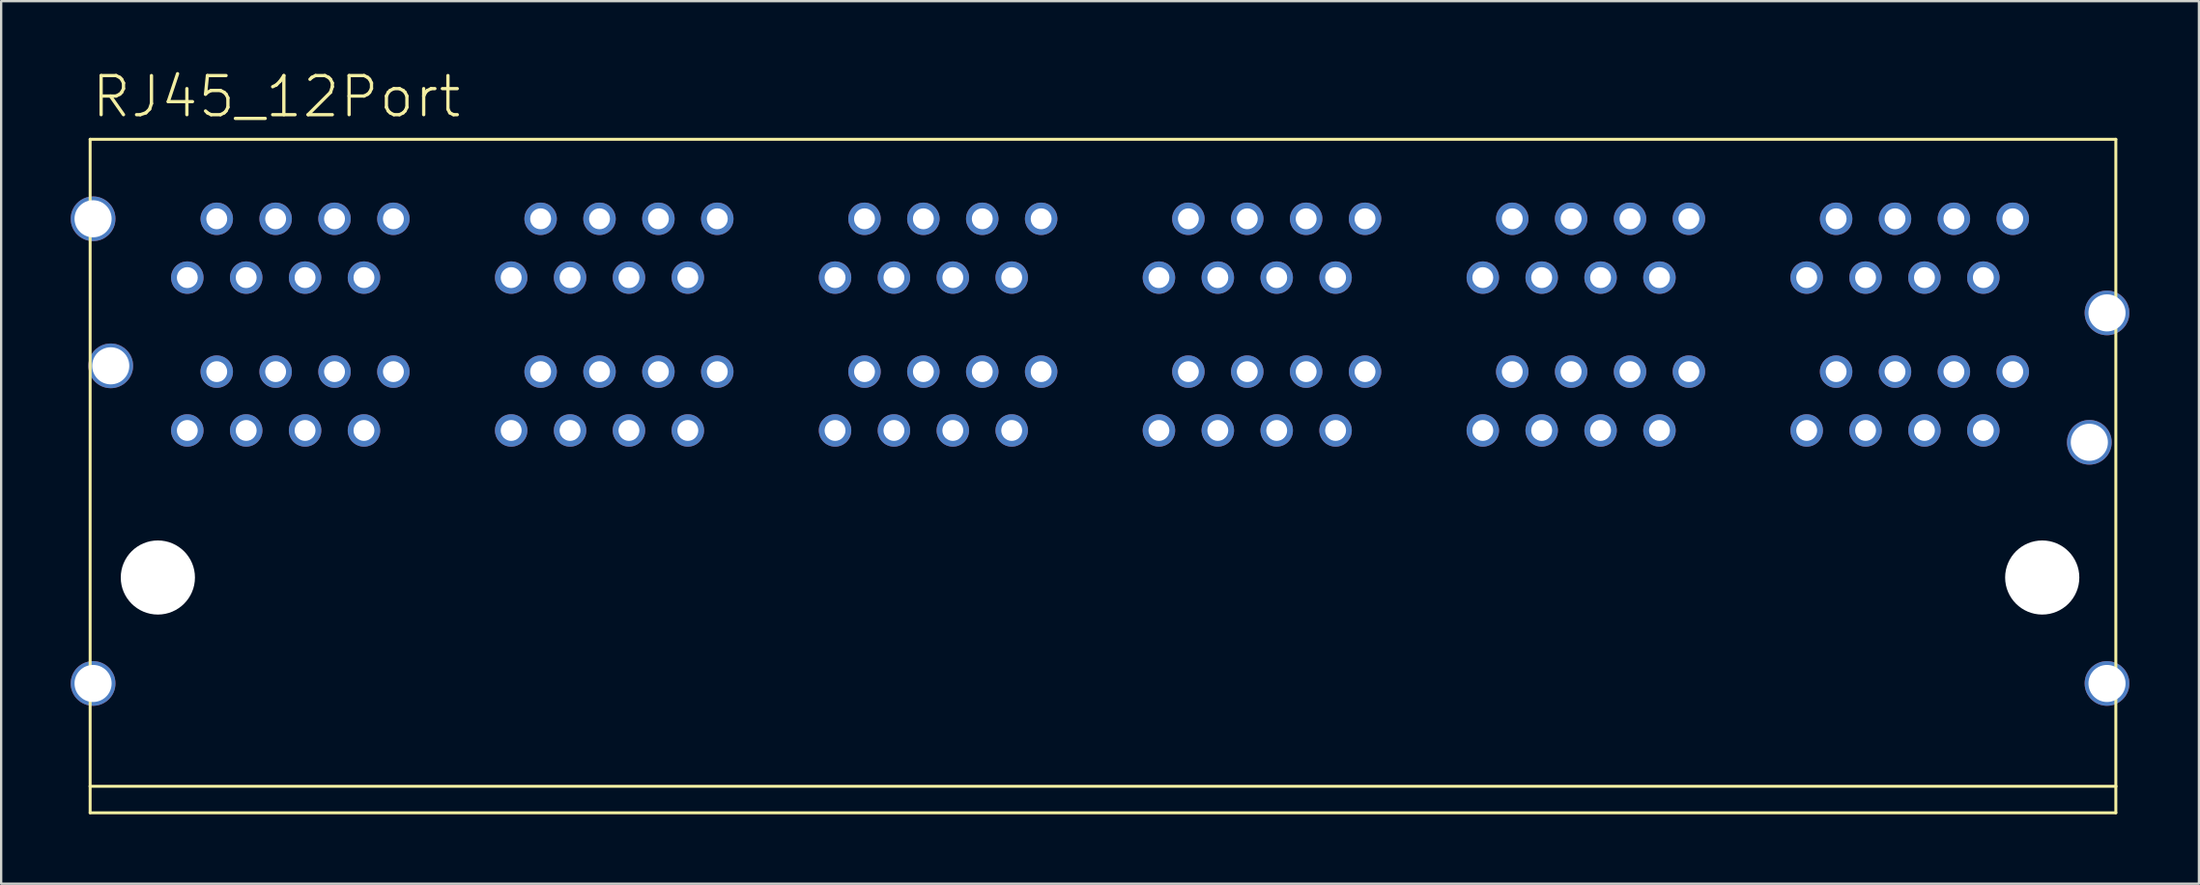
<source format=kicad_pcb>
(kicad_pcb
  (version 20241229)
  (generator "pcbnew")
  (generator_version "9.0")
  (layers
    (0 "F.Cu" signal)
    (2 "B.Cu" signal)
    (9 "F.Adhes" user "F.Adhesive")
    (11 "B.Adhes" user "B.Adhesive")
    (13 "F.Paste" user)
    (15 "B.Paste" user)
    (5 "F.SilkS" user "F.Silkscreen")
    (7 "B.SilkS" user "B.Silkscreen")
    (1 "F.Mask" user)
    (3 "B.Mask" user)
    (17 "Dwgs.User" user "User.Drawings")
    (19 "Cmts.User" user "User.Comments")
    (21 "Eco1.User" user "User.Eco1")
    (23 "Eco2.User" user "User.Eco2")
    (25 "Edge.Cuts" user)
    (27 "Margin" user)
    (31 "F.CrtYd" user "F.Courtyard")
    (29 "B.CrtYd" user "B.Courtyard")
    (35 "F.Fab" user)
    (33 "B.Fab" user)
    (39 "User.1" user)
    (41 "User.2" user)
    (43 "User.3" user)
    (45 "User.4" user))
  (footprint "RJ45_12Port"
    (layer "F.Cu")
    (at 44.526 17.506)
    (property "Reference" "RJ45_12Port" (at -43.71 -15.39 0) (layer "F.SilkS") (effects (font (size 1.689 1.689) (thickness 0.142)) (justify left bottom)))
    (attr through_hole)
    (fp_line (start -43.688 -14.541) (end 43.688 -14.541) (stroke (width 0.127) (type solid)) (layer "F.SilkS"))
    (fp_line (start -43.688 13.399) (end -43.688 -14.541) (stroke (width 0.127) (type solid)) (layer "F.SilkS"))
    (fp_line (start -43.688 13.399) (end 43.688 13.399) (stroke (width 0.127) (type solid)) (layer "F.SilkS"))
    (fp_line (start -43.688 14.542) (end -43.688 13.399) (stroke (width 0.127) (type solid)) (layer "F.SilkS"))
    (fp_line (start 43.688 -14.541) (end 43.688 13.399) (stroke (width 0.127) (type solid)) (layer "F.SilkS"))
    (fp_line (start 43.688 13.399) (end 43.688 14.542) (stroke (width 0.127) (type solid)) (layer "F.SilkS"))
    (fp_line (start 43.688 14.542) (end -43.688 14.542) (stroke (width 0.127) (type solid)) (layer "F.SilkS"))
    (pad "" np_thru_hole circle (at -40.767 4.382) (size 3.2 3.2) (drill 3.2) (layers "*.Cu" "*.Mask"))
    (pad "" np_thru_hole circle (at 40.513 4.382) (size 3.2 3.2) (drill 3.2) (layers "*.Cu" "*.Mask"))
    (pad "B1-1" thru_hole circle (at -39.497 -1.968 180) (size 1.4 1.4) (drill 0.9) (layers "*.Cu" "*.Mask"))
    (pad "B1-2" thru_hole circle (at -38.227 -4.508 180) (size 1.4 1.4) (drill 0.9) (layers "*.Cu" "*.Mask"))
    (pad "B1-3" thru_hole circle (at -36.957 -1.968 180) (size 1.4 1.4) (drill 0.9) (layers "*.Cu" "*.Mask"))
    (pad "B1-4" thru_hole circle (at -35.687 -4.508 180) (size 1.4 1.4) (drill 0.9) (layers "*.Cu" "*.Mask"))
    (pad "B1-5" thru_hole circle (at -34.417 -1.968 180) (size 1.4 1.4) (drill 0.9) (layers "*.Cu" "*.Mask"))
    (pad "B1-6" thru_hole circle (at -33.147 -4.508 180) (size 1.4 1.4) (drill 0.9) (layers "*.Cu" "*.Mask"))
    (pad "B1-7" thru_hole circle (at -31.877 -1.968 180) (size 1.4 1.4) (drill 0.9) (layers "*.Cu" "*.Mask"))
    (pad "B1-8" thru_hole circle (at -30.607 -4.508 180) (size 1.4 1.4) (drill 0.9) (layers "*.Cu" "*.Mask"))
    (pad "B2-1" thru_hole circle (at -25.527 -1.968 180) (size 1.4 1.4) (drill 0.9) (layers "*.Cu" "*.Mask"))
    (pad "B2-2" thru_hole circle (at -24.257 -4.508 180) (size 1.4 1.4) (drill 0.9) (layers "*.Cu" "*.Mask"))
    (pad "B2-3" thru_hole circle (at -22.987 -1.968 180) (size 1.4 1.4) (drill 0.9) (layers "*.Cu" "*.Mask"))
    (pad "B2-4" thru_hole circle (at -21.717 -4.508 180) (size 1.4 1.4) (drill 0.9) (layers "*.Cu" "*.Mask"))
    (pad "B2-5" thru_hole circle (at -20.447 -1.968 180) (size 1.4 1.4) (drill 0.9) (layers "*.Cu" "*.Mask"))
    (pad "B2-6" thru_hole circle (at -19.177 -4.508 180) (size 1.4 1.4) (drill 0.9) (layers "*.Cu" "*.Mask"))
    (pad "B2-7" thru_hole circle (at -17.907 -1.968 180) (size 1.4 1.4) (drill 0.9) (layers "*.Cu" "*.Mask"))
    (pad "B2-8" thru_hole circle (at -16.637 -4.508 180) (size 1.4 1.4) (drill 0.9) (layers "*.Cu" "*.Mask"))
    (pad "B3-1" thru_hole circle (at -11.557 -1.968 180) (size 1.4 1.4) (drill 0.9) (layers "*.Cu" "*.Mask"))
    (pad "B3-2" thru_hole circle (at -10.287 -4.508 180) (size 1.4 1.4) (drill 0.9) (layers "*.Cu" "*.Mask"))
    (pad "B3-3" thru_hole circle (at -9.017 -1.968 180) (size 1.4 1.4) (drill 0.9) (layers "*.Cu" "*.Mask"))
    (pad "B3-4" thru_hole circle (at -7.747 -4.508 180) (size 1.4 1.4) (drill 0.9) (layers "*.Cu" "*.Mask"))
    (pad "B3-5" thru_hole circle (at -6.477 -1.968 180) (size 1.4 1.4) (drill 0.9) (layers "*.Cu" "*.Mask"))
    (pad "B3-6" thru_hole circle (at -5.207 -4.508 180) (size 1.4 1.4) (drill 0.9) (layers "*.Cu" "*.Mask"))
    (pad "B3-7" thru_hole circle (at -3.937 -1.968 180) (size 1.4 1.4) (drill 0.9) (layers "*.Cu" "*.Mask"))
    (pad "B3-8" thru_hole circle (at -2.667 -4.508 180) (size 1.4 1.4) (drill 0.9) (layers "*.Cu" "*.Mask"))
    (pad "B4-1" thru_hole circle (at 2.413 -1.968 180) (size 1.4 1.4) (drill 0.9) (layers "*.Cu" "*.Mask"))
    (pad "B4-2" thru_hole circle (at 3.683 -4.508 180) (size 1.4 1.4) (drill 0.9) (layers "*.Cu" "*.Mask"))
    (pad "B4-3" thru_hole circle (at 4.953 -1.968 180) (size 1.4 1.4) (drill 0.9) (layers "*.Cu" "*.Mask"))
    (pad "B4-4" thru_hole circle (at 6.223 -4.508 180) (size 1.4 1.4) (drill 0.9) (layers "*.Cu" "*.Mask"))
    (pad "B4-5" thru_hole circle (at 7.493 -1.968 180) (size 1.4 1.4) (drill 0.9) (layers "*.Cu" "*.Mask"))
    (pad "B4-6" thru_hole circle (at 8.763 -4.508 180) (size 1.4 1.4) (drill 0.9) (layers "*.Cu" "*.Mask"))
    (pad "B4-7" thru_hole circle (at 10.033 -1.968 180) (size 1.4 1.4) (drill 0.9) (layers "*.Cu" "*.Mask"))
    (pad "B4-8" thru_hole circle (at 11.303 -4.508 180) (size 1.4 1.4) (drill 0.9) (layers "*.Cu" "*.Mask"))
    (pad "B5-1" thru_hole circle (at 16.383 -1.968 180) (size 1.4 1.4) (drill 0.9) (layers "*.Cu" "*.Mask"))
    (pad "B5-2" thru_hole circle (at 17.653 -4.508 180) (size 1.4 1.4) (drill 0.9) (layers "*.Cu" "*.Mask"))
    (pad "B5-3" thru_hole circle (at 18.923 -1.968 180) (size 1.4 1.4) (drill 0.9) (layers "*.Cu" "*.Mask"))
    (pad "B5-4" thru_hole circle (at 20.193 -4.508 180) (size 1.4 1.4) (drill 0.9) (layers "*.Cu" "*.Mask"))
    (pad "B5-5" thru_hole circle (at 21.463 -1.968 180) (size 1.4 1.4) (drill 0.9) (layers "*.Cu" "*.Mask"))
    (pad "B5-6" thru_hole circle (at 22.733 -4.508 180) (size 1.4 1.4) (drill 0.9) (layers "*.Cu" "*.Mask"))
    (pad "B5-7" thru_hole circle (at 24.003 -1.968 180) (size 1.4 1.4) (drill 0.9) (layers "*.Cu" "*.Mask"))
    (pad "B5-8" thru_hole circle (at 25.273 -4.508 180) (size 1.4 1.4) (drill 0.9) (layers "*.Cu" "*.Mask"))
    (pad "B6-1" thru_hole circle (at 30.353 -1.968 180) (size 1.4 1.4) (drill 0.9) (layers "*.Cu" "*.Mask"))
    (pad "B6-2" thru_hole circle (at 31.623 -4.508 180) (size 1.4 1.4) (drill 0.9) (layers "*.Cu" "*.Mask"))
    (pad "B6-3" thru_hole circle (at 32.893 -1.968 180) (size 1.4 1.4) (drill 0.9) (layers "*.Cu" "*.Mask"))
    (pad "B6-4" thru_hole circle (at 34.163 -4.508 180) (size 1.4 1.4) (drill 0.9) (layers "*.Cu" "*.Mask"))
    (pad "B6-5" thru_hole circle (at 35.433 -1.968 180) (size 1.4 1.4) (drill 0.9) (layers "*.Cu" "*.Mask"))
    (pad "B6-6" thru_hole circle (at 36.703 -4.508 180) (size 1.4 1.4) (drill 0.9) (layers "*.Cu" "*.Mask"))
    (pad "B6-7" thru_hole circle (at 37.973 -1.968 180) (size 1.4 1.4) (drill 0.9) (layers "*.Cu" "*.Mask"))
    (pad "B6-8" thru_hole circle (at 39.243 -4.508 180) (size 1.4 1.4) (drill 0.9) (layers "*.Cu" "*.Mask"))
    (pad "S1" thru_hole circle (at -43.561 -11.109) (size 1.93 1.93) (drill 1.6) (layers "*.Cu" "*.Mask"))
    (pad "S2" thru_hole circle (at -42.799 -4.759) (size 1.93 1.93) (drill 1.6) (layers "*.Cu" "*.Mask"))
    (pad "S3" thru_hole circle (at -43.561 8.957) (size 1.93 1.93) (drill 1.6) (layers "*.Cu" "*.Mask"))
    (pad "S4" thru_hole circle (at 43.307 -7.045) (size 1.93 1.93) (drill 1.6) (layers "*.Cu" "*.Mask"))
    (pad "S5" thru_hole circle (at 42.545 -1.457) (size 1.93 1.93) (drill 1.6) (layers "*.Cu" "*.Mask"))
    (pad "S6" thru_hole circle (at 43.307 8.957) (size 1.93 1.93) (drill 1.6) (layers "*.Cu" "*.Mask"))
    (pad "T1-1" thru_hole circle (at -30.607 -11.108 180) (size 1.4 1.4) (drill 0.9) (layers "*.Cu" "*.Mask"))
    (pad "T1-2" thru_hole circle (at -31.877 -8.568 180) (size 1.4 1.4) (drill 0.9) (layers "*.Cu" "*.Mask"))
    (pad "T1-3" thru_hole circle (at -33.147 -11.108 180) (size 1.4 1.4) (drill 0.9) (layers "*.Cu" "*.Mask"))
    (pad "T1-4" thru_hole circle (at -34.417 -8.568 180) (size 1.4 1.4) (drill 0.9) (layers "*.Cu" "*.Mask"))
    (pad "T1-5" thru_hole circle (at -35.687 -11.108 180) (size 1.4 1.4) (drill 0.9) (layers "*.Cu" "*.Mask"))
    (pad "T1-6" thru_hole circle (at -36.957 -8.568 180) (size 1.4 1.4) (drill 0.9) (layers "*.Cu" "*.Mask"))
    (pad "T1-7" thru_hole circle (at -38.227 -11.108 180) (size 1.4 1.4) (drill 0.9) (layers "*.Cu" "*.Mask"))
    (pad "T1-8" thru_hole circle (at -39.497 -8.568 180) (size 1.4 1.4) (drill 0.9) (layers "*.Cu" "*.Mask"))
    (pad "T2-1" thru_hole circle (at -16.637 -11.108 180) (size 1.4 1.4) (drill 0.9) (layers "*.Cu" "*.Mask"))
    (pad "T2-2" thru_hole circle (at -17.907 -8.568 180) (size 1.4 1.4) (drill 0.9) (layers "*.Cu" "*.Mask"))
    (pad "T2-3" thru_hole circle (at -19.177 -11.108 180) (size 1.4 1.4) (drill 0.9) (layers "*.Cu" "*.Mask"))
    (pad "T2-4" thru_hole circle (at -20.447 -8.568 180) (size 1.4 1.4) (drill 0.9) (layers "*.Cu" "*.Mask"))
    (pad "T2-5" thru_hole circle (at -21.717 -11.108 180) (size 1.4 1.4) (drill 0.9) (layers "*.Cu" "*.Mask"))
    (pad "T2-6" thru_hole circle (at -22.987 -8.568 180) (size 1.4 1.4) (drill 0.9) (layers "*.Cu" "*.Mask"))
    (pad "T2-7" thru_hole circle (at -24.257 -11.108 180) (size 1.4 1.4) (drill 0.9) (layers "*.Cu" "*.Mask"))
    (pad "T2-8" thru_hole circle (at -25.527 -8.568 180) (size 1.4 1.4) (drill 0.9) (layers "*.Cu" "*.Mask"))
    (pad "T3-1" thru_hole circle (at -2.667 -11.108 180) (size 1.4 1.4) (drill 0.9) (layers "*.Cu" "*.Mask"))
    (pad "T3-2" thru_hole circle (at -3.937 -8.568 180) (size 1.4 1.4) (drill 0.9) (layers "*.Cu" "*.Mask"))
    (pad "T3-3" thru_hole circle (at -5.207 -11.108 180) (size 1.4 1.4) (drill 0.9) (layers "*.Cu" "*.Mask"))
    (pad "T3-4" thru_hole circle (at -6.477 -8.568 180) (size 1.4 1.4) (drill 0.9) (layers "*.Cu" "*.Mask"))
    (pad "T3-5" thru_hole circle (at -7.747 -11.108 180) (size 1.4 1.4) (drill 0.9) (layers "*.Cu" "*.Mask"))
    (pad "T3-6" thru_hole circle (at -9.017 -8.568 180) (size 1.4 1.4) (drill 0.9) (layers "*.Cu" "*.Mask"))
    (pad "T3-7" thru_hole circle (at -10.287 -11.108 180) (size 1.4 1.4) (drill 0.9) (layers "*.Cu" "*.Mask"))
    (pad "T3-8" thru_hole circle (at -11.557 -8.568 180) (size 1.4 1.4) (drill 0.9) (layers "*.Cu" "*.Mask"))
    (pad "T4-1" thru_hole circle (at 11.303 -11.108 180) (size 1.4 1.4) (drill 0.9) (layers "*.Cu" "*.Mask"))
    (pad "T4-2" thru_hole circle (at 10.033 -8.568 180) (size 1.4 1.4) (drill 0.9) (layers "*.Cu" "*.Mask"))
    (pad "T4-3" thru_hole circle (at 8.763 -11.108 180) (size 1.4 1.4) (drill 0.9) (layers "*.Cu" "*.Mask"))
    (pad "T4-4" thru_hole circle (at 7.493 -8.568 180) (size 1.4 1.4) (drill 0.9) (layers "*.Cu" "*.Mask"))
    (pad "T4-5" thru_hole circle (at 6.223 -11.108 180) (size 1.4 1.4) (drill 0.9) (layers "*.Cu" "*.Mask"))
    (pad "T4-6" thru_hole circle (at 4.953 -8.568 180) (size 1.4 1.4) (drill 0.9) (layers "*.Cu" "*.Mask"))
    (pad "T4-7" thru_hole circle (at 3.683 -11.108 180) (size 1.4 1.4) (drill 0.9) (layers "*.Cu" "*.Mask"))
    (pad "T4-8" thru_hole circle (at 2.413 -8.568 180) (size 1.4 1.4) (drill 0.9) (layers "*.Cu" "*.Mask"))
    (pad "T5-1" thru_hole circle (at 25.273 -11.108 180) (size 1.4 1.4) (drill 0.9) (layers "*.Cu" "*.Mask"))
    (pad "T5-2" thru_hole circle (at 24.003 -8.568 180) (size 1.4 1.4) (drill 0.9) (layers "*.Cu" "*.Mask"))
    (pad "T5-3" thru_hole circle (at 22.733 -11.108 180) (size 1.4 1.4) (drill 0.9) (layers "*.Cu" "*.Mask"))
    (pad "T5-4" thru_hole circle (at 21.463 -8.568 180) (size 1.4 1.4) (drill 0.9) (layers "*.Cu" "*.Mask"))
    (pad "T5-5" thru_hole circle (at 20.193 -11.108 180) (size 1.4 1.4) (drill 0.9) (layers "*.Cu" "*.Mask"))
    (pad "T5-6" thru_hole circle (at 18.923 -8.568 180) (size 1.4 1.4) (drill 0.9) (layers "*.Cu" "*.Mask"))
    (pad "T5-7" thru_hole circle (at 17.653 -11.108 180) (size 1.4 1.4) (drill 0.9) (layers "*.Cu" "*.Mask"))
    (pad "T5-8" thru_hole circle (at 16.383 -8.568 180) (size 1.4 1.4) (drill 0.9) (layers "*.Cu" "*.Mask"))
    (pad "T6-1" thru_hole circle (at 39.243 -11.108 180) (size 1.4 1.4) (drill 0.9) (layers "*.Cu" "*.Mask"))
    (pad "T6-2" thru_hole circle (at 37.973 -8.568 180) (size 1.4 1.4) (drill 0.9) (layers "*.Cu" "*.Mask"))
    (pad "T6-3" thru_hole circle (at 36.703 -11.108 180) (size 1.4 1.4) (drill 0.9) (layers "*.Cu" "*.Mask"))
    (pad "T6-4" thru_hole circle (at 35.433 -8.568 180) (size 1.4 1.4) (drill 0.9) (layers "*.Cu" "*.Mask"))
    (pad "T6-5" thru_hole circle (at 34.163 -11.108 180) (size 1.4 1.4) (drill 0.9) (layers "*.Cu" "*.Mask"))
    (pad "T6-6" thru_hole circle (at 32.893 -8.568 180) (size 1.4 1.4) (drill 0.9) (layers "*.Cu" "*.Mask"))
    (pad "T6-7" thru_hole circle (at 31.623 -11.108 180) (size 1.4 1.4) (drill 0.9) (layers "*.Cu" "*.Mask"))
    (pad "T6-8" thru_hole circle (at 30.353 -8.568 180) (size 1.4 1.4) (drill 0.9) (layers "*.Cu" "*.Mask")))
  (gr_rect
    (start -3 -3)
    (end 91.798 35.111)
    (stroke (width 0.1) (type default))
    (fill no)
    (layer "Edge.Cuts")))
</source>
